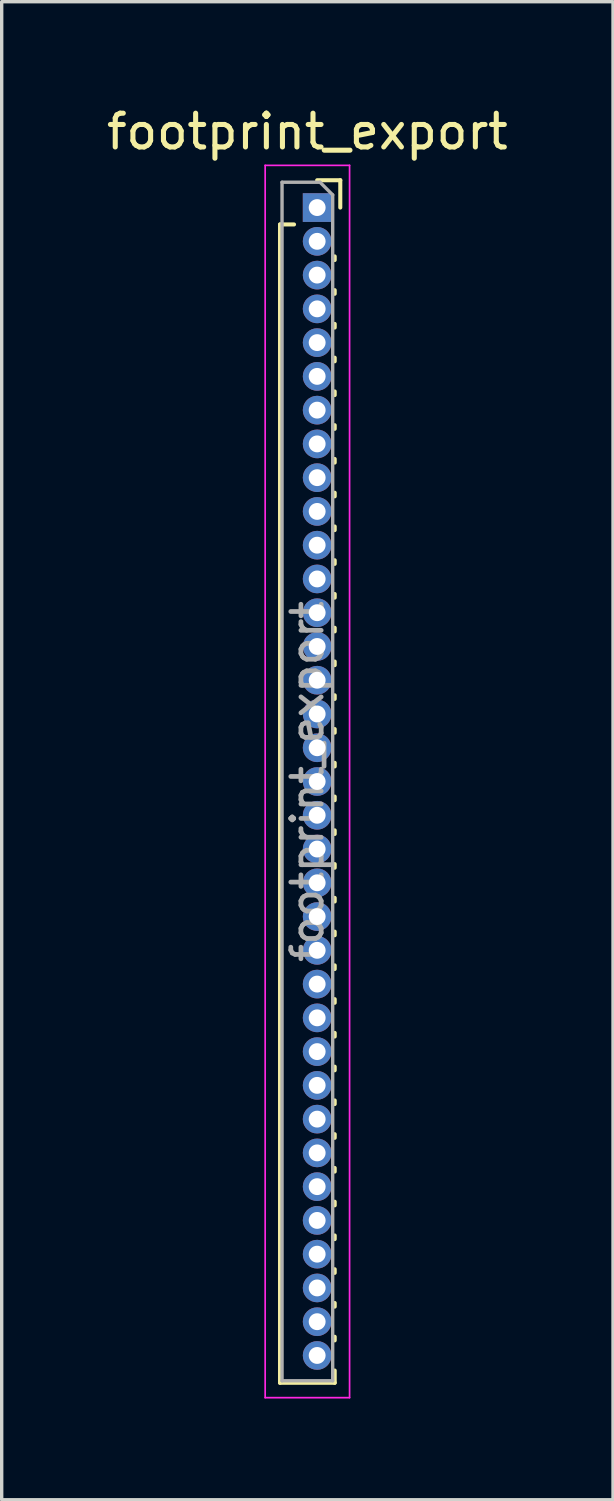
<source format=kicad_pcb>
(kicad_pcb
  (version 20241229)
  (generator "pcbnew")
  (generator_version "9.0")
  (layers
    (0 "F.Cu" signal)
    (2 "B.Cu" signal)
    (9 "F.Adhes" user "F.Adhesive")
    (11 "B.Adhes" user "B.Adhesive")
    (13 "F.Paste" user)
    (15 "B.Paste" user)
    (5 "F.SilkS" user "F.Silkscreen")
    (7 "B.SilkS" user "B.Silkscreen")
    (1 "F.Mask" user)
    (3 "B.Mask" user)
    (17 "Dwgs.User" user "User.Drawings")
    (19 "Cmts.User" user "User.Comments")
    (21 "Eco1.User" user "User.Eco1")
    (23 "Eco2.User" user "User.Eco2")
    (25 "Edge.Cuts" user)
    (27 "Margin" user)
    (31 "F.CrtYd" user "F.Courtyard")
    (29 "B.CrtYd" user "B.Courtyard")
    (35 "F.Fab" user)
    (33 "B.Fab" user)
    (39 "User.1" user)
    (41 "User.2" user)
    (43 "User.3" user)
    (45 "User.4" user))
  (footprint "footprint_export"
    (layer "F.Cu")
    (at 6.344 3.098)
    (property "Reference" "footprint_export" (at -0.29 -2.25 0) (layer "F.SilkS") (effects (font (size 1 1) (thickness 0.15))))
    (attr through_hole)
    (fp_line (start -1.1 0.5) (end -1.1 34.81) (stroke (width 0.12) (type solid)) (layer "F.SilkS"))
    (fp_line (start -1.1 0.5) (end -0.685 0.5) (stroke (width 0.12) (type solid)) (layer "F.SilkS"))
    (fp_line (start -1.1 34.81) (end 0.52 34.81) (stroke (width 0.12) (type solid)) (layer "F.SilkS"))
    (fp_line (start 0 -0.81) (end 0.685 -0.81) (stroke (width 0.12) (type solid)) (layer "F.SilkS"))
    (fp_line (start 0.52 1.446) (end 0.52 1.554) (stroke (width 0.12) (type solid)) (layer "F.SilkS"))
    (fp_line (start 0.52 2.446) (end 0.52 2.554) (stroke (width 0.12) (type solid)) (layer "F.SilkS"))
    (fp_line (start 0.52 3.446) (end 0.52 3.554) (stroke (width 0.12) (type solid)) (layer "F.SilkS"))
    (fp_line (start 0.52 4.446) (end 0.52 4.554) (stroke (width 0.12) (type solid)) (layer "F.SilkS"))
    (fp_line (start 0.52 5.446) (end 0.52 5.554) (stroke (width 0.12) (type solid)) (layer "F.SilkS"))
    (fp_line (start 0.52 6.446) (end 0.52 6.554) (stroke (width 0.12) (type solid)) (layer "F.SilkS"))
    (fp_line (start 0.52 7.446) (end 0.52 7.554) (stroke (width 0.12) (type solid)) (layer "F.SilkS"))
    (fp_line (start 0.52 8.446) (end 0.52 8.554) (stroke (width 0.12) (type solid)) (layer "F.SilkS"))
    (fp_line (start 0.52 9.446) (end 0.52 9.554) (stroke (width 0.12) (type solid)) (layer "F.SilkS"))
    (fp_line (start 0.52 10.446) (end 0.52 10.554) (stroke (width 0.12) (type solid)) (layer "F.SilkS"))
    (fp_line (start 0.52 11.446) (end 0.52 11.554) (stroke (width 0.12) (type solid)) (layer "F.SilkS"))
    (fp_line (start 0.52 12.446) (end 0.52 12.554) (stroke (width 0.12) (type solid)) (layer "F.SilkS"))
    (fp_line (start 0.52 13.446) (end 0.52 13.554) (stroke (width 0.12) (type solid)) (layer "F.SilkS"))
    (fp_line (start 0.52 14.446) (end 0.52 14.554) (stroke (width 0.12) (type solid)) (layer "F.SilkS"))
    (fp_line (start 0.52 15.446) (end 0.52 15.554) (stroke (width 0.12) (type solid)) (layer "F.SilkS"))
    (fp_line (start 0.52 16.446) (end 0.52 16.554) (stroke (width 0.12) (type solid)) (layer "F.SilkS"))
    (fp_line (start 0.52 17.446) (end 0.52 17.554) (stroke (width 0.12) (type solid)) (layer "F.SilkS"))
    (fp_line (start 0.52 18.446) (end 0.52 18.554) (stroke (width 0.12) (type solid)) (layer "F.SilkS"))
    (fp_line (start 0.52 19.446) (end 0.52 19.554) (stroke (width 0.12) (type solid)) (layer "F.SilkS"))
    (fp_line (start 0.52 20.446) (end 0.52 20.554) (stroke (width 0.12) (type solid)) (layer "F.SilkS"))
    (fp_line (start 0.52 21.446) (end 0.52 21.554) (stroke (width 0.12) (type solid)) (layer "F.SilkS"))
    (fp_line (start 0.52 22.446) (end 0.52 22.554) (stroke (width 0.12) (type solid)) (layer "F.SilkS"))
    (fp_line (start 0.52 23.446) (end 0.52 23.554) (stroke (width 0.12) (type solid)) (layer "F.SilkS"))
    (fp_line (start 0.52 24.446) (end 0.52 24.554) (stroke (width 0.12) (type solid)) (layer "F.SilkS"))
    (fp_line (start 0.52 25.446) (end 0.52 25.554) (stroke (width 0.12) (type solid)) (layer "F.SilkS"))
    (fp_line (start 0.52 26.446) (end 0.52 26.554) (stroke (width 0.12) (type solid)) (layer "F.SilkS"))
    (fp_line (start 0.52 27.446) (end 0.52 27.554) (stroke (width 0.12) (type solid)) (layer "F.SilkS"))
    (fp_line (start 0.52 28.446) (end 0.52 28.554) (stroke (width 0.12) (type solid)) (layer "F.SilkS"))
    (fp_line (start 0.52 29.446) (end 0.52 29.554) (stroke (width 0.12) (type solid)) (layer "F.SilkS"))
    (fp_line (start 0.52 30.446) (end 0.52 30.554) (stroke (width 0.12) (type solid)) (layer "F.SilkS"))
    (fp_line (start 0.52 31.446) (end 0.52 31.554) (stroke (width 0.12) (type solid)) (layer "F.SilkS"))
    (fp_line (start 0.52 32.446) (end 0.52 32.554) (stroke (width 0.12) (type solid)) (layer "F.SilkS"))
    (fp_line (start 0.52 33.446) (end 0.52 33.554) (stroke (width 0.12) (type solid)) (layer "F.SilkS"))
    (fp_line (start 0.52 34.446) (end 0.52 34.81) (stroke (width 0.12) (type solid)) (layer "F.SilkS"))
    (fp_line (start 0.685 -0.81) (end 0.685 0) (stroke (width 0.12) (type solid)) (layer "F.SilkS"))
    (fp_line (start -1.54 -1.25) (end 0.96 -1.25) (stroke (width 0.05) (type solid)) (layer "F.CrtYd"))
    (fp_line (start -1.54 35.25) (end -1.54 -1.25) (stroke (width 0.05) (type solid)) (layer "F.CrtYd"))
    (fp_line (start 0.96 -1.25) (end 0.96 35.25) (stroke (width 0.05) (type solid)) (layer "F.CrtYd"))
    (fp_line (start 0.96 35.25) (end -1.54 35.25) (stroke (width 0.05) (type solid)) (layer "F.CrtYd"))
    (fp_line (start -1.04 -0.75) (end 0.085 -0.75) (stroke (width 0.1) (type solid)) (layer "F.Fab"))
    (fp_line (start -1.04 34.75) (end -1.04 -0.75) (stroke (width 0.1) (type solid)) (layer "F.Fab"))
    (fp_line (start 0.085 -0.75) (end 0.46 -0.375) (stroke (width 0.1) (type solid)) (layer "F.Fab"))
    (fp_line (start 0.46 -0.375) (end 0.46 34.75) (stroke (width 0.1) (type solid)) (layer "F.Fab"))
    (fp_line (start 0.46 34.75) (end -1.04 34.75) (stroke (width 0.1) (type solid)) (layer "F.Fab"))
    (fp_text user "${REFERENCE}" (at -0.29 17 90) (layer "F.Fab") (effects (font (size 0.9 0.9) (thickness 0.14))))
    (pad "1" thru_hole rect (at 0 0) (size 0.85 0.85) (drill 0.5) (layers "*.Cu" "*.Mask"))
    (pad "2" thru_hole oval (at 0 1) (size 0.85 0.85) (drill 0.5) (layers "*.Cu" "*.Mask"))
    (pad "3" thru_hole oval (at 0 2) (size 0.85 0.85) (drill 0.5) (layers "*.Cu" "*.Mask"))
    (pad "4" thru_hole oval (at 0 3) (size 0.85 0.85) (drill 0.5) (layers "*.Cu" "*.Mask"))
    (pad "5" thru_hole oval (at 0 4) (size 0.85 0.85) (drill 0.5) (layers "*.Cu" "*.Mask"))
    (pad "6" thru_hole oval (at 0 5) (size 0.85 0.85) (drill 0.5) (layers "*.Cu" "*.Mask"))
    (pad "7" thru_hole oval (at 0 6) (size 0.85 0.85) (drill 0.5) (layers "*.Cu" "*.Mask"))
    (pad "8" thru_hole oval (at 0 7) (size 0.85 0.85) (drill 0.5) (layers "*.Cu" "*.Mask"))
    (pad "9" thru_hole oval (at 0 8) (size 0.85 0.85) (drill 0.5) (layers "*.Cu" "*.Mask"))
    (pad "10" thru_hole oval (at 0 9) (size 0.85 0.85) (drill 0.5) (layers "*.Cu" "*.Mask"))
    (pad "11" thru_hole oval (at 0 10) (size 0.85 0.85) (drill 0.5) (layers "*.Cu" "*.Mask"))
    (pad "12" thru_hole oval (at 0 11) (size 0.85 0.85) (drill 0.5) (layers "*.Cu" "*.Mask"))
    (pad "13" thru_hole oval (at 0 12) (size 0.85 0.85) (drill 0.5) (layers "*.Cu" "*.Mask"))
    (pad "14" thru_hole oval (at 0 13) (size 0.85 0.85) (drill 0.5) (layers "*.Cu" "*.Mask"))
    (pad "15" thru_hole oval (at 0 14) (size 0.85 0.85) (drill 0.5) (layers "*.Cu" "*.Mask"))
    (pad "16" thru_hole oval (at 0 15) (size 0.85 0.85) (drill 0.5) (layers "*.Cu" "*.Mask"))
    (pad "17" thru_hole oval (at 0 16) (size 0.85 0.85) (drill 0.5) (layers "*.Cu" "*.Mask"))
    (pad "18" thru_hole oval (at 0 17) (size 0.85 0.85) (drill 0.5) (layers "*.Cu" "*.Mask"))
    (pad "19" thru_hole oval (at 0 18) (size 0.85 0.85) (drill 0.5) (layers "*.Cu" "*.Mask"))
    (pad "20" thru_hole oval (at 0 19) (size 0.85 0.85) (drill 0.5) (layers "*.Cu" "*.Mask"))
    (pad "21" thru_hole oval (at 0 20) (size 0.85 0.85) (drill 0.5) (layers "*.Cu" "*.Mask"))
    (pad "22" thru_hole oval (at 0 21) (size 0.85 0.85) (drill 0.5) (layers "*.Cu" "*.Mask"))
    (pad "23" thru_hole oval (at 0 22) (size 0.85 0.85) (drill 0.5) (layers "*.Cu" "*.Mask"))
    (pad "24" thru_hole oval (at 0 23) (size 0.85 0.85) (drill 0.5) (layers "*.Cu" "*.Mask"))
    (pad "25" thru_hole oval (at 0 24) (size 0.85 0.85) (drill 0.5) (layers "*.Cu" "*.Mask"))
    (pad "26" thru_hole oval (at 0 25) (size 0.85 0.85) (drill 0.5) (layers "*.Cu" "*.Mask"))
    (pad "27" thru_hole oval (at 0 26) (size 0.85 0.85) (drill 0.5) (layers "*.Cu" "*.Mask"))
    (pad "28" thru_hole oval (at 0 27) (size 0.85 0.85) (drill 0.5) (layers "*.Cu" "*.Mask"))
    (pad "29" thru_hole oval (at 0 28) (size 0.85 0.85) (drill 0.5) (layers "*.Cu" "*.Mask"))
    (pad "30" thru_hole oval (at 0 29) (size 0.85 0.85) (drill 0.5) (layers "*.Cu" "*.Mask"))
    (pad "31" thru_hole oval (at 0 30) (size 0.85 0.85) (drill 0.5) (layers "*.Cu" "*.Mask"))
    (pad "32" thru_hole oval (at 0 31) (size 0.85 0.85) (drill 0.5) (layers "*.Cu" "*.Mask"))
    (pad "33" thru_hole oval (at 0 32) (size 0.85 0.85) (drill 0.5) (layers "*.Cu" "*.Mask"))
    (pad "34" thru_hole oval (at 0 33) (size 0.85 0.85) (drill 0.5) (layers "*.Cu" "*.Mask"))
    (pad "35" thru_hole oval (at 0 34) (size 0.85 0.85) (drill 0.5) (layers "*.Cu" "*.Mask")))
  (gr_rect
    (start -3 -3)
    (end 15.107 41.373)
    (stroke (width 0.1) (type default))
    (fill no)
    (layer "Edge.Cuts")))
</source>
